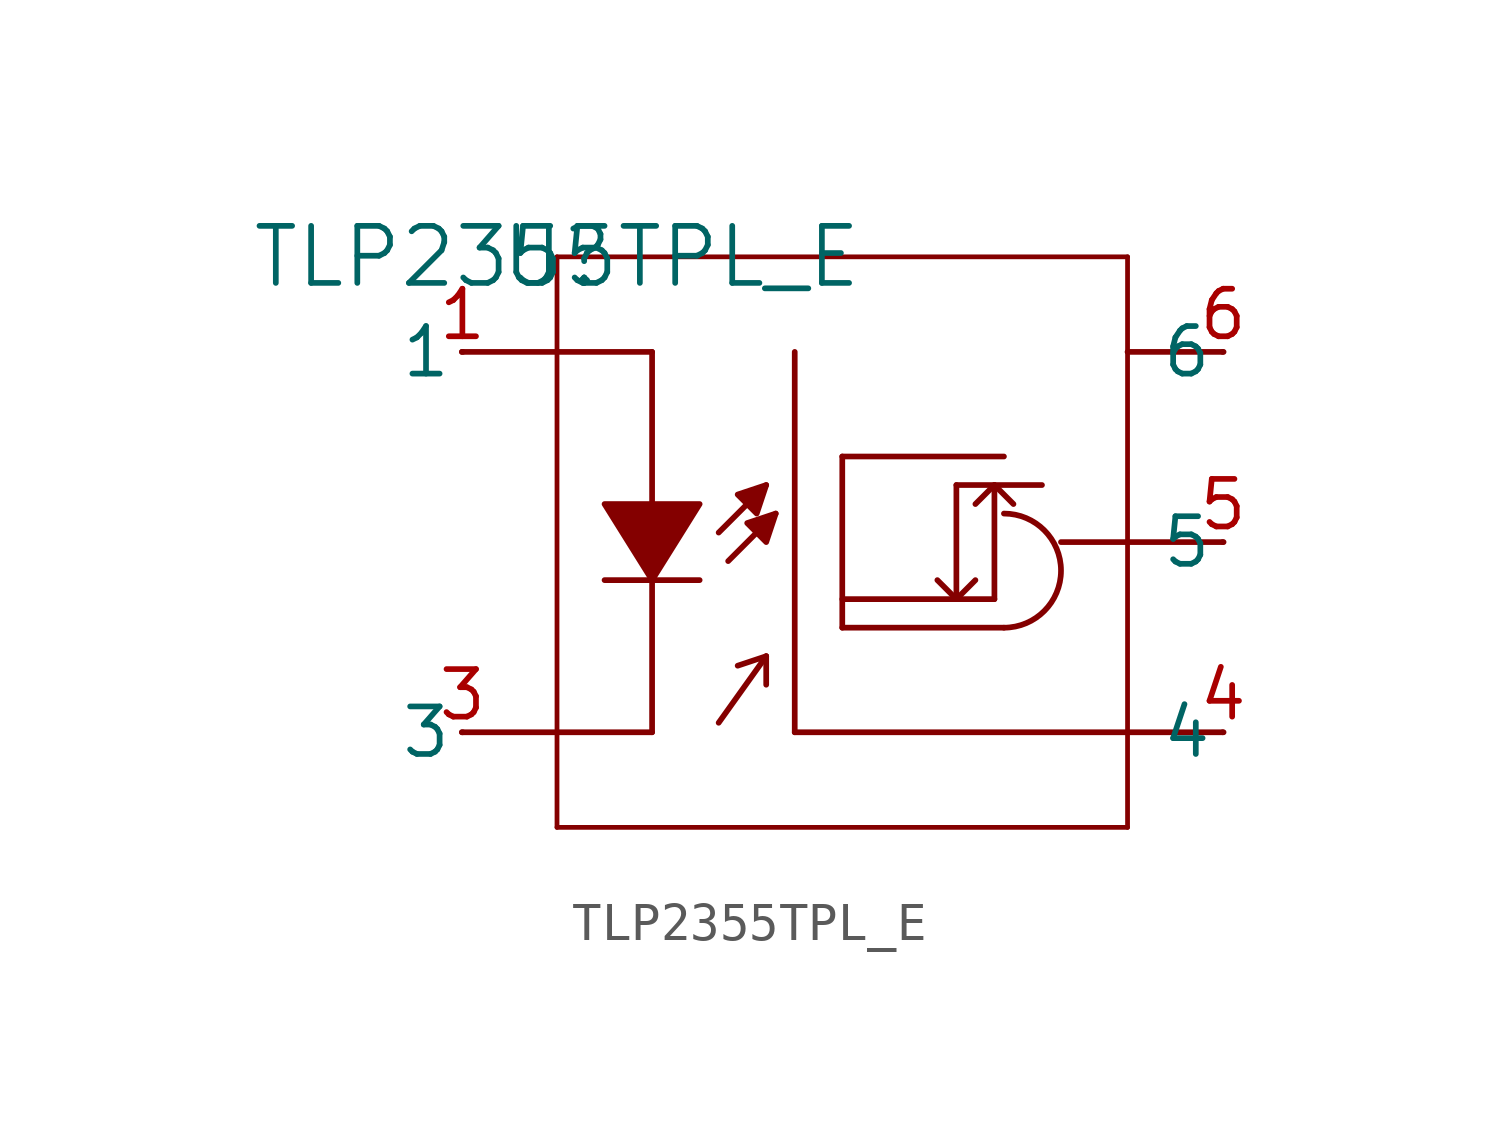
<source format=kicad_sym>
(kicad_symbol_lib
  (version 20211014)
  (generator kicad_symbol_editor)
  (symbol "TLP2355TPL_E"
    (pin_names
      (offset 0.254))
    (property "Reference" "U"
      (at 0 0 0)
      (effects (font (size 1.524 1.524))))
    (property "Value" "TLP2355TPL_E"
      (at 0 0 0)
      (effects (font (size 1.524 1.524))))
    (symbol "TLP2355TPL_E_0_1"
      (polyline (pts (xy 5.588 -6.096) (xy 5.588 -6.096) (xy 4.826 -6.35) (xy 5.334 -6.858) (xy 5.588 -6.096)) (stroke (width 0) (type default) (color 0 0 0 0)) (fill (type outline)))
      (polyline (pts (xy -2.54 -2.54) (xy 0 -2.54)) (stroke (width 0) (type default) (color 0 0 0 0)) (fill (type none)))
      (polyline (pts (xy -2.54 -12.7) (xy 0 -12.7)) (stroke (width 0) (type default) (color 0 0 0 0)) (fill (type none)))
      (polyline (pts (xy 17.78 -12.7) (xy 15.24 -12.7)) (stroke (width 0) (type default) (color 0 0 0 0)) (fill (type none)))
      (polyline (pts (xy 17.78 -7.62) (xy 15.24 -7.62)) (stroke (width 0) (type default) (color 0 0 0 0)) (fill (type none)))
      (polyline (pts (xy 17.78 -2.54) (xy 15.24 -2.54)) (stroke (width 0) (type default) (color 0 0 0 0)) (fill (type none)))
      (polyline (pts (xy 0 -15.24) (xy 0 0)) (stroke (width 0.127) (type default) (color 0 0 0 0)) (fill (type none)))
      (polyline (pts (xy 0 0) (xy 15.24 0)) (stroke (width 0.127) (type default) (color 0 0 0 0)) (fill (type none)))
      (polyline (pts (xy 15.24 0) (xy 15.24 -15.24)) (stroke (width 0.127) (type default) (color 0 0 0 0)) (fill (type none)))
      (polyline (pts (xy 15.24 -15.24) (xy 0 -15.24)) (stroke (width 0.127) (type default) (color 0 0 0 0)) (fill (type none)))
      (polyline (pts (xy 2.54 -12.7) (xy 2.54 -8.636)) (stroke (width 0) (type default) (color 0 0 0 0)) (fill (type none)))
      (polyline (pts (xy 0 -2.54) (xy 2.54 -2.54)) (stroke (width 0) (type default) (color 0 0 0 0)) (fill (type none)))
      (polyline (pts (xy 1.27 -8.636) (xy 3.81 -8.636)) (stroke (width 0) (type default) (color 0 0 0 0)) (fill (type none)))
      (polyline (pts (xy 5.588 -10.668) (xy 4.318 -12.446)) (stroke (width 0) (type default) (color 0 0 0 0)) (fill (type none)))
      (polyline (pts (xy 2.54 -2.54) (xy 2.54 -6.604)) (stroke (width 0) (type default) (color 0 0 0 0)) (fill (type none)))
      (polyline (pts (xy 0 -12.7) (xy 2.54 -12.7)) (stroke (width 0) (type default) (color 0 0 0 0)) (fill (type none)))
      (polyline (pts (xy 7.62 -5.334) (xy 11.938 -5.334)) (stroke (width 0) (type default) (color 0 0 0 0)) (fill (type none)))
      (polyline (pts (xy 7.62 -5.334) (xy 7.62 -9.906)) (stroke (width 0) (type default) (color 0 0 0 0)) (fill (type none)))
      (polyline (pts (xy 6.35 -2.54) (xy 6.35 -12.7)) (stroke (width 0) (type default) (color 0 0 0 0)) (fill (type none)))
      (polyline (pts (xy 6.35 -12.7) (xy 15.24 -12.7)) (stroke (width 0) (type default) (color 0 0 0 0)) (fill (type none)))
      (polyline (pts (xy 10.668 -6.096) (xy 10.668 -9.144)) (stroke (width 0) (type default) (color 0 0 0 0)) (fill (type none)))
      (polyline (pts (xy 7.62 -9.906) (xy 11.938 -9.906)) (stroke (width 0) (type default) (color 0 0 0 0)) (fill (type none)))
      (polyline (pts (xy 4.826 -10.922) (xy 5.588 -10.668)) (stroke (width 0) (type default) (color 0 0 0 0)) (fill (type none)))
      (polyline (pts (xy 5.588 -11.43) (xy 5.588 -10.668)) (stroke (width 0) (type default) (color 0 0 0 0)) (fill (type none)))
      (polyline (pts (xy 11.684 -6.096) (xy 11.684 -9.144)) (stroke (width 0) (type default) (color 0 0 0 0)) (fill (type none)))
      (polyline (pts (xy 11.684 -9.144) (xy 7.62 -9.144)) (stroke (width 0) (type default) (color 0 0 0 0)) (fill (type none)))
      (polyline (pts (xy 10.668 -6.096) (xy 12.954 -6.096)) (stroke (width 0) (type default) (color 0 0 0 0)) (fill (type none)))
      (polyline (pts (xy 10.668 -9.144) (xy 10.16 -8.636)) (stroke (width 0) (type default) (color 0 0 0 0)) (fill (type none)))
      (polyline (pts (xy 10.668 -9.144) (xy 11.176 -8.636)) (stroke (width 0) (type default) (color 0 0 0 0)) (fill (type none)))
      (polyline (pts (xy 11.684 -6.096) (xy 11.176 -6.604)) (stroke (width 0) (type default) (color 0 0 0 0)) (fill (type none)))
      (polyline (pts (xy 11.684 -6.096) (xy 12.192 -6.604)) (stroke (width 0) (type default) (color 0 0 0 0)) (fill (type none)))
      (polyline (pts (xy 13.462 -7.62) (xy 15.24 -7.62)) (stroke (width 0) (type default) (color 0 0 0 0)) (fill (type none)))
      (polyline (pts (xy 4.572 -8.128) (xy 5.842 -6.858)) (stroke (width 0) (type default) (color 0 0 0 0)) (fill (type none)))
      (polyline (pts (xy 4.318 -7.366) (xy 5.588 -6.096)) (stroke (width 0) (type default) (color 0 0 0 0)) (fill (type none)))
      (arc (start 11.938 -9.906) (mid 13.462 -8.382) (end 11.938 -6.858) (stroke (width 0) (type default) (color 0 0 0 0)) (fill (type none)))
      (polyline (pts (xy 1.27 -6.604) (xy 1.27 -6.604) (xy 3.81 -6.604) (xy 2.54 -8.636) (xy 1.27 -6.604)) (stroke (width 0) (type default) (color 0 0 0 0)) (fill (type outline)))
      (polyline (pts (xy 5.842 -6.858) (xy 5.842 -6.858) (xy 5.08 -7.112) (xy 5.588 -7.62) (xy 5.842 -6.858)) (stroke (width 0) (type default) (color 0 0 0 0)) (fill (type outline)))
      (pin unspecified line (at -2.515 -2.54 180) (length 0.025) (name "1" (effects (font (size 1.27 1.27)))) (number "1" (effects (font (size 1.27 1.27)))))
      (pin unspecified line (at -2.515 -12.7 180) (length 0.025) (name "3" (effects (font (size 1.27 1.27)))) (number "3" (effects (font (size 1.27 1.27)))))
      (pin power_out line (at 17.805 -12.7 180) (length 0.025) (name "4" (effects (font (size 1.27 1.27)))) (number "4" (effects (font (size 1.27 1.27)))))
      (pin output line (at 17.805 -7.62 180) (length 0.025) (name "5" (effects (font (size 1.27 1.27)))) (number "5" (effects (font (size 1.27 1.27)))))
      (pin unspecified line (at 17.805 -2.54 180) (length 0.025) (name "6" (effects (font (size 1.27 1.27)))) (number "6" (effects (font (size 1.27 1.27))))))))
</source>
